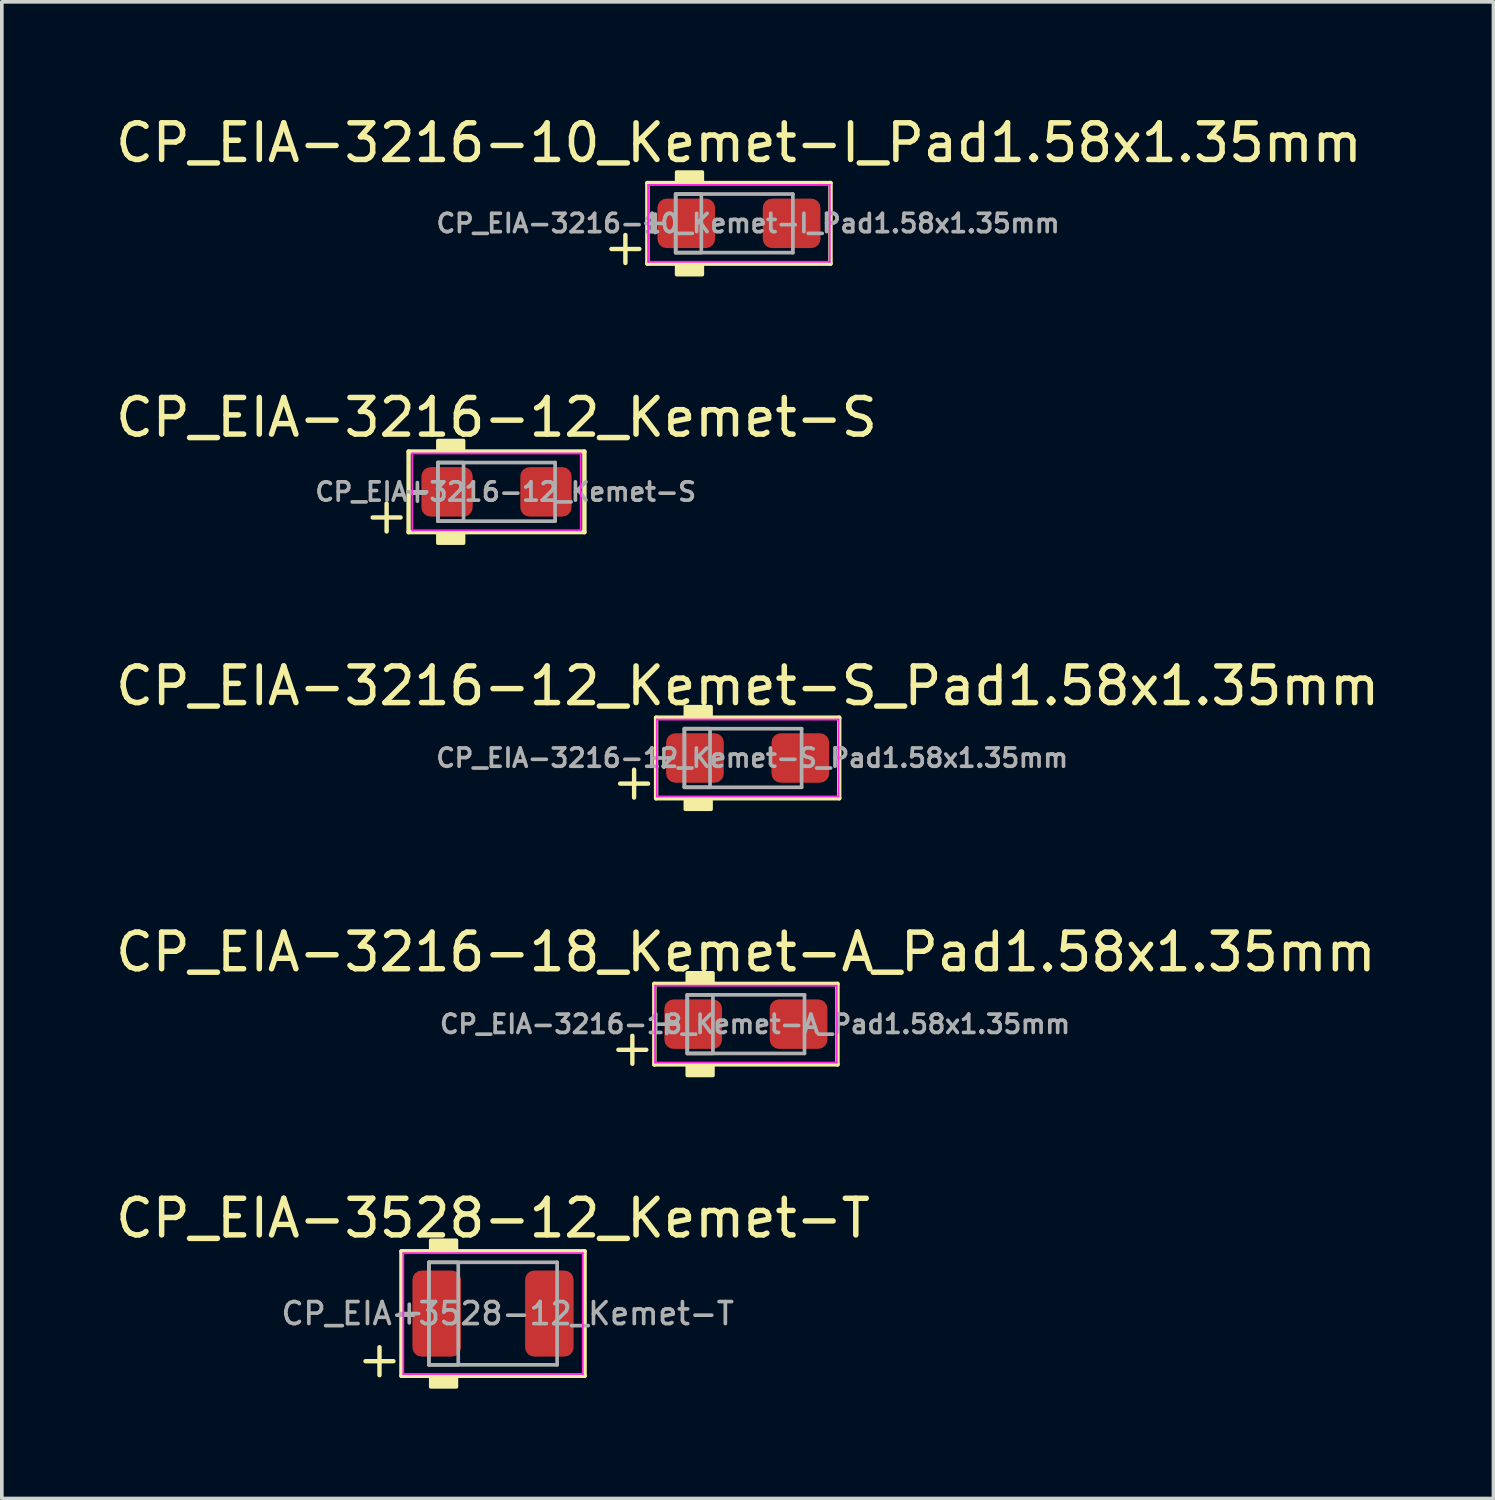
<source format=kicad_pcb>
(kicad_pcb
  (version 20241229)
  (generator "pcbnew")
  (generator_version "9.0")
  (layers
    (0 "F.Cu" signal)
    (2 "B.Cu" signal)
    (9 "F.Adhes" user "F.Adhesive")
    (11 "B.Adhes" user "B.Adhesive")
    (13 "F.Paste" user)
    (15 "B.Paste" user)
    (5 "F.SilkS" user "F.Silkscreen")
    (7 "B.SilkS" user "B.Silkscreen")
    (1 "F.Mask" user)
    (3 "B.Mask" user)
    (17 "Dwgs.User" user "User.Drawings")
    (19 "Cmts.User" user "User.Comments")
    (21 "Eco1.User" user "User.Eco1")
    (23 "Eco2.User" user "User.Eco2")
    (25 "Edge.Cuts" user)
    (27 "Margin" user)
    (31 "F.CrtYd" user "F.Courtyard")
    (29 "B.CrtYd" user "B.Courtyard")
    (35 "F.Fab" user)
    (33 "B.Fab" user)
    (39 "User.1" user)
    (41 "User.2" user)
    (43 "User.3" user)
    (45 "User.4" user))
  (footprint "CP_EIA-3216-18_Kemet-A_Pad1.58x1.35mm"
    (layer "F.Cu")
    (at 17.315 24.912)
    (property "Reference" "CP_EIA-3216-18_Kemet-A_Pad1.58x1.35mm" (at 0 -1.968 0) (layer "F.SilkS") (effects (font (size 1 1) (thickness 0.15))))
    (attr smd)
    (fp_line (start -3.481 0.7) (end -2.719 0.7) (stroke (width 0.12) (type solid)) (layer "F.SilkS"))
    (fp_line (start -3.1 0.319) (end -3.1 1.081) (stroke (width 0.12) (type solid)) (layer "F.SilkS"))
    (fp_line (start -2.5 -1.1) (end -2.5 1.1) (stroke (width 0.12) (type solid)) (layer "F.SilkS"))
    (fp_line (start -2.5 1.1) (end 2.5 1.1) (stroke (width 0.12) (type solid)) (layer "F.SilkS"))
    (fp_line (start 2.5 -1.1) (end -2.5 -1.1) (stroke (width 0.12) (type solid)) (layer "F.SilkS"))
    (fp_line (start 2.5 1.1) (end 2.5 -1.1) (stroke (width 0.12) (type solid)) (layer "F.SilkS"))
    (fp_poly (pts (xy -0.9 -1.1) (xy -1.6 -1.1) (xy -1.6 -1.4) (xy -0.9 -1.4)) (stroke (width 0.1) (type solid)) (fill yes) (layer "F.SilkS"))
    (fp_poly (pts (xy -0.9 1.4) (xy -1.6 1.4) (xy -1.6 1.1) (xy -0.9 1.1)) (stroke (width 0.1) (type solid)) (fill yes) (layer "F.SilkS"))
    (fp_line (start -2.48 -1.05) (end 2.48 -1.05) (stroke (width 0.05) (type solid)) (layer "F.CrtYd"))
    (fp_line (start -2.48 1.05) (end -2.48 -1.05) (stroke (width 0.05) (type solid)) (layer "F.CrtYd"))
    (fp_line (start 2.48 -1.05) (end 2.48 1.05) (stroke (width 0.05) (type solid)) (layer "F.CrtYd"))
    (fp_line (start 2.48 1.05) (end -2.48 1.05) (stroke (width 0.05) (type solid)) (layer "F.CrtYd"))
    (fp_line (start -2.159 -0.254) (end -2.159 0.254) (stroke (width 0.1) (type solid)) (layer "F.Fab"))
    (fp_line (start -1.905 0) (end -2.413 0) (stroke (width 0.1) (type solid)) (layer "F.Fab"))
    (fp_line (start -1.6 -0.8) (end -1.6 0.8) (stroke (width 0.1) (type solid)) (layer "F.Fab"))
    (fp_line (start -1.6 0.8) (end 1.6 0.8) (stroke (width 0.1) (type solid)) (layer "F.Fab"))
    (fp_line (start 1.6 -0.8) (end -1.6 -0.8) (stroke (width 0.1) (type solid)) (layer "F.Fab"))
    (fp_line (start 1.6 0.8) (end 1.6 -0.8) (stroke (width 0.1) (type solid)) (layer "F.Fab"))
    (fp_rect (start -1.6 -0.8) (end -0.9 0.8) (stroke (width 0.1) (type solid)) (fill no) (layer "F.Fab"))
    (fp_text user "${REFERENCE}" (at 0.25 0 0) (layer "F.Fab") (effects (font (size 0.5 0.5) (thickness 0.1))))
    (pad "1" smd roundrect (at -1.438 0) (size 1.575 1.35) (layers "F.Cu" "F.Mask" "F.Paste") (roundrect_rratio 0.185))
    (pad "2" smd roundrect (at 1.438 0) (size 1.575 1.35) (layers "F.Cu" "F.Mask" "F.Paste") (roundrect_rratio 0.185)))
  (footprint "CP_EIA-3216-10_Kemet-I_Pad1.58x1.35mm"
    (layer "F.Cu")
    (at 17.125 3.048)
    (property "Reference" "CP_EIA-3216-10_Kemet-I_Pad1.58x1.35mm" (at 0 -2.2 0) (layer "F.SilkS") (effects (font (size 1 1) (thickness 0.15))))
    (attr smd)
    (fp_line (start -3.481 0.7) (end -2.719 0.7) (stroke (width 0.12) (type solid)) (layer "F.SilkS"))
    (fp_line (start -3.1 0.319) (end -3.1 1.081) (stroke (width 0.12) (type solid)) (layer "F.SilkS"))
    (fp_line (start -2.5 -1.1) (end -2.5 1.1) (stroke (width 0.12) (type solid)) (layer "F.SilkS"))
    (fp_line (start -2.5 1.1) (end 2.5 1.1) (stroke (width 0.12) (type solid)) (layer "F.SilkS"))
    (fp_line (start 2.5 -1.1) (end -2.5 -1.1) (stroke (width 0.12) (type solid)) (layer "F.SilkS"))
    (fp_line (start 2.5 1.1) (end 2.5 -1.1) (stroke (width 0.12) (type solid)) (layer "F.SilkS"))
    (fp_poly (pts (xy -1 -1.1) (xy -1.7 -1.1) (xy -1.7 -1.4) (xy -1 -1.4)) (stroke (width 0.1) (type solid)) (fill yes) (layer "F.SilkS"))
    (fp_poly (pts (xy -1 1.4) (xy -1.7 1.4) (xy -1.7 1.1) (xy -1 1.1)) (stroke (width 0.1) (type solid)) (fill yes) (layer "F.SilkS"))
    (fp_line (start -2.48 -1.05) (end 2.48 -1.05) (stroke (width 0.05) (type solid)) (layer "F.CrtYd"))
    (fp_line (start -2.48 1.05) (end -2.48 -1.05) (stroke (width 0.05) (type solid)) (layer "F.CrtYd"))
    (fp_line (start 2.48 -1.05) (end 2.48 1.05) (stroke (width 0.05) (type solid)) (layer "F.CrtYd"))
    (fp_line (start 2.48 1.05) (end -2.48 1.05) (stroke (width 0.05) (type solid)) (layer "F.CrtYd"))
    (fp_line (start -2.286 -0.254) (end -2.286 0.254) (stroke (width 0.1) (type solid)) (layer "F.Fab"))
    (fp_line (start -2.032 0) (end -2.54 0) (stroke (width 0.1) (type solid)) (layer "F.Fab"))
    (fp_line (start -1.727 -0.8) (end -1.727 0.8) (stroke (width 0.1) (type solid)) (layer "F.Fab"))
    (fp_line (start -1.727 0.8) (end 1.473 0.8) (stroke (width 0.1) (type solid)) (layer "F.Fab"))
    (fp_line (start 1.473 -0.8) (end -1.727 -0.8) (stroke (width 0.1) (type solid)) (layer "F.Fab"))
    (fp_line (start 1.473 0.8) (end 1.473 -0.8) (stroke (width 0.1) (type solid)) (layer "F.Fab"))
    (fp_rect (start -1.727 -0.8) (end -1.027 0.8) (stroke (width 0.1) (type solid)) (fill no) (layer "F.Fab"))
    (fp_text user "${REFERENCE}" (at 0.25 0 0) (layer "F.Fab") (effects (font (size 0.5 0.5) (thickness 0.1))))
    (pad "1" smd roundrect (at -1.438 0) (size 1.575 1.35) (layers "F.Cu" "F.Mask" "F.Paste") (roundrect_rratio 0.185))
    (pad "2" smd roundrect (at 1.438 0) (size 1.575 1.35) (layers "F.Cu" "F.Mask" "F.Paste") (roundrect_rratio 0.185)))
  (footprint "CP_EIA-3216-12_Kemet-S"
    (layer "F.Cu")
    (at 10.506 10.379)
    (property "Reference" "CP_EIA-3216-12_Kemet-S" (at 0 -2.032 0) (layer "F.SilkS") (effects (font (size 1 1) (thickness 0.15))))
    (attr smd)
    (fp_line (start -3.381 0.7) (end -2.619 0.7) (stroke (width 0.12) (type solid)) (layer "F.SilkS"))
    (fp_line (start -3 0.319) (end -3 1.081) (stroke (width 0.12) (type solid)) (layer "F.SilkS"))
    (fp_line (start -2.4 -1.1) (end -2.4 1.1) (stroke (width 0.12) (type solid)) (layer "F.SilkS"))
    (fp_line (start -2.4 1.1) (end 2.4 1.1) (stroke (width 0.12) (type solid)) (layer "F.SilkS"))
    (fp_line (start 2.4 -1.1) (end -2.4 -1.1) (stroke (width 0.12) (type solid)) (layer "F.SilkS"))
    (fp_line (start 2.4 1.1) (end 2.4 -1.1) (stroke (width 0.12) (type solid)) (layer "F.SilkS"))
    (fp_poly (pts (xy -0.9 -1.1) (xy -1.6 -1.1) (xy -1.6 -1.4) (xy -0.9 -1.4)) (stroke (width 0.1) (type solid)) (fill yes) (layer "F.SilkS"))
    (fp_poly (pts (xy -0.9 1.4) (xy -1.6 1.4) (xy -1.6 1.1) (xy -0.9 1.1)) (stroke (width 0.1) (type solid)) (fill yes) (layer "F.SilkS"))
    (fp_line (start -2.3 -1.05) (end 2.3 -1.05) (stroke (width 0.05) (type solid)) (layer "F.CrtYd"))
    (fp_line (start -2.3 1.05) (end -2.3 -1.05) (stroke (width 0.05) (type solid)) (layer "F.CrtYd"))
    (fp_line (start 2.3 -1.05) (end 2.3 1.05) (stroke (width 0.05) (type solid)) (layer "F.CrtYd"))
    (fp_line (start 2.3 1.05) (end -2.3 1.05) (stroke (width 0.05) (type solid)) (layer "F.CrtYd"))
    (fp_line (start -2.159 -0.254) (end -2.159 0.254) (stroke (width 0.1) (type solid)) (layer "F.Fab"))
    (fp_line (start -1.905 0) (end -2.413 0) (stroke (width 0.1) (type solid)) (layer "F.Fab"))
    (fp_line (start -1.6 -0.8) (end -1.6 0.8) (stroke (width 0.1) (type solid)) (layer "F.Fab"))
    (fp_line (start -1.6 0.8) (end 1.6 0.8) (stroke (width 0.1) (type solid)) (layer "F.Fab"))
    (fp_line (start 1.6 -0.8) (end -1.6 -0.8) (stroke (width 0.1) (type solid)) (layer "F.Fab"))
    (fp_line (start 1.6 0.8) (end 1.6 -0.8) (stroke (width 0.1) (type solid)) (layer "F.Fab"))
    (fp_rect (start -1.6 -0.8) (end -0.9 0.8) (stroke (width 0.1) (type solid)) (fill no) (layer "F.Fab"))
    (fp_text user "${REFERENCE}" (at 0.25 0 0) (layer "F.Fab") (effects (font (size 0.5 0.5) (thickness 0.1))))
    (pad "1" smd roundrect (at -1.35 0) (size 1.4 1.35) (layers "F.Cu" "F.Mask" "F.Paste") (roundrect_rratio 0.185))
    (pad "2" smd roundrect (at 1.35 0) (size 1.4 1.35) (layers "F.Cu" "F.Mask" "F.Paste") (roundrect_rratio 0.185)))
  (footprint "CP_EIA-3216-12_Kemet-S_Pad1.58x1.35mm"
    (layer "F.Cu")
    (at 17.363 17.645)
    (property "Reference" "CP_EIA-3216-12_Kemet-S_Pad1.58x1.35mm" (at 0 -1.968 0) (layer "F.SilkS") (effects (font (size 1 1) (thickness 0.15))))
    (attr smd)
    (fp_line (start -3.481 0.7) (end -2.719 0.7) (stroke (width 0.12) (type solid)) (layer "F.SilkS"))
    (fp_line (start -3.1 0.319) (end -3.1 1.081) (stroke (width 0.12) (type solid)) (layer "F.SilkS"))
    (fp_line (start -2.5 -1.1) (end -2.5 1.1) (stroke (width 0.12) (type solid)) (layer "F.SilkS"))
    (fp_line (start -2.5 1.1) (end 2.5 1.1) (stroke (width 0.12) (type solid)) (layer "F.SilkS"))
    (fp_line (start 2.5 -1.1) (end -2.5 -1.1) (stroke (width 0.12) (type solid)) (layer "F.SilkS"))
    (fp_line (start 2.5 1.1) (end 2.5 -1.1) (stroke (width 0.12) (type solid)) (layer "F.SilkS"))
    (fp_poly (pts (xy -1 -1.1) (xy -1.7 -1.1) (xy -1.7 -1.4) (xy -1 -1.4)) (stroke (width 0.1) (type solid)) (fill yes) (layer "F.SilkS"))
    (fp_poly (pts (xy -1 1.4) (xy -1.7 1.4) (xy -1.7 1.1) (xy -1 1.1)) (stroke (width 0.1) (type solid)) (fill yes) (layer "F.SilkS"))
    (fp_line (start -2.48 -1.05) (end 2.48 -1.05) (stroke (width 0.05) (type solid)) (layer "F.CrtYd"))
    (fp_line (start -2.48 1.05) (end -2.48 -1.05) (stroke (width 0.05) (type solid)) (layer "F.CrtYd"))
    (fp_line (start 2.48 -1.05) (end 2.48 1.05) (stroke (width 0.05) (type solid)) (layer "F.CrtYd"))
    (fp_line (start 2.48 1.05) (end -2.48 1.05) (stroke (width 0.05) (type solid)) (layer "F.CrtYd"))
    (fp_line (start -2.286 -0.254) (end -2.286 0.254) (stroke (width 0.1) (type solid)) (layer "F.Fab"))
    (fp_line (start -2.032 0) (end -2.54 0) (stroke (width 0.1) (type solid)) (layer "F.Fab"))
    (fp_line (start -1.727 -0.8) (end -1.727 0.8) (stroke (width 0.1) (type solid)) (layer "F.Fab"))
    (fp_line (start -1.727 0.8) (end 1.473 0.8) (stroke (width 0.1) (type solid)) (layer "F.Fab"))
    (fp_line (start 1.473 -0.8) (end -1.727 -0.8) (stroke (width 0.1) (type solid)) (layer "F.Fab"))
    (fp_line (start 1.473 0.8) (end 1.473 -0.8) (stroke (width 0.1) (type solid)) (layer "F.Fab"))
    (fp_rect (start -1.727 -0.8) (end -1.027 0.8) (stroke (width 0.1) (type solid)) (fill no) (layer "F.Fab"))
    (fp_text user "${REFERENCE}" (at 0.123 0 0) (layer "F.Fab") (effects (font (size 0.5 0.5) (thickness 0.1))))
    (pad "1" smd roundrect (at -1.438 0) (size 1.575 1.35) (layers "F.Cu" "F.Mask" "F.Paste") (roundrect_rratio 0.185))
    (pad "2" smd roundrect (at 1.438 0) (size 1.575 1.35) (layers "F.Cu" "F.Mask" "F.Paste") (roundrect_rratio 0.185)))
  (footprint "CP_EIA-3528-12_Kemet-T"
    (layer "F.Cu")
    (at 10.411 32.814)
    (property "Reference" "CP_EIA-3528-12_Kemet-T" (at 0 -2.603 0) (layer "F.SilkS") (effects (font (size 1 1) (thickness 0.15))))
    (attr smd)
    (fp_line (start -3.481 1.3) (end -2.719 1.3) (stroke (width 0.12) (type solid)) (layer "F.SilkS"))
    (fp_line (start -3.1 0.919) (end -3.1 1.681) (stroke (width 0.12) (type solid)) (layer "F.SilkS"))
    (fp_line (start -2.5 -1.7) (end -2.5 1.7) (stroke (width 0.12) (type solid)) (layer "F.SilkS"))
    (fp_line (start -2.5 1.7) (end 2.5 1.7) (stroke (width 0.12) (type solid)) (layer "F.SilkS"))
    (fp_line (start 2.5 -1.7) (end -2.5 -1.7) (stroke (width 0.12) (type solid)) (layer "F.SilkS"))
    (fp_line (start 2.5 1.7) (end 2.5 -1.7) (stroke (width 0.12) (type solid)) (layer "F.SilkS"))
    (fp_poly (pts (xy -1 -1.7) (xy -1.7 -1.7) (xy -1.7 -2) (xy -1 -2)) (stroke (width 0.1) (type solid)) (fill yes) (layer "F.SilkS"))
    (fp_poly (pts (xy -1 2) (xy -1.7 2) (xy -1.7 1.7) (xy -1 1.7)) (stroke (width 0.1) (type solid)) (fill yes) (layer "F.SilkS"))
    (fp_line (start -2.45 -1.65) (end 2.45 -1.65) (stroke (width 0.05) (type solid)) (layer "F.CrtYd"))
    (fp_line (start -2.45 1.65) (end -2.45 -1.65) (stroke (width 0.05) (type solid)) (layer "F.CrtYd"))
    (fp_line (start 2.45 -1.65) (end 2.45 1.65) (stroke (width 0.05) (type solid)) (layer "F.CrtYd"))
    (fp_line (start 2.45 1.65) (end -2.45 1.65) (stroke (width 0.05) (type solid)) (layer "F.CrtYd"))
    (fp_line (start -2.286 -0.254) (end -2.286 0.254) (stroke (width 0.1) (type solid)) (layer "F.Fab"))
    (fp_line (start -2.032 0) (end -2.54 0) (stroke (width 0.1) (type solid)) (layer "F.Fab"))
    (fp_line (start -1.75 -1.4) (end -1.75 1.4) (stroke (width 0.1) (type solid)) (layer "F.Fab"))
    (fp_line (start -1.75 1.4) (end 1.75 1.4) (stroke (width 0.1) (type solid)) (layer "F.Fab"))
    (fp_line (start 1.75 -1.4) (end -1.75 -1.4) (stroke (width 0.1) (type solid)) (layer "F.Fab"))
    (fp_line (start 1.75 1.4) (end 1.75 -1.4) (stroke (width 0.1) (type solid)) (layer "F.Fab"))
    (fp_rect (start -1.75 -1.4) (end -0.95 1.4) (stroke (width 0.1) (type solid)) (fill no) (layer "F.Fab"))
    (fp_text user "${REFERENCE}" (at 0.4 0 0) (layer "F.Fab") (effects (font (size 0.6 0.6) (thickness 0.1))))
    (pad "1" smd roundrect (at -1.538 0) (size 1.325 2.35) (layers "F.Cu" "F.Mask" "F.Paste") (roundrect_rratio 0.189))
    (pad "2" smd roundrect (at 1.538 0) (size 1.325 2.35) (layers "F.Cu" "F.Mask" "F.Paste") (roundrect_rratio 0.189)))
  (gr_rect
    (start -3 -3)
    (end 37.726 37.864)
    (stroke (width 0.1) (type default))
    (fill no)
    (layer "Edge.Cuts")))
</source>
